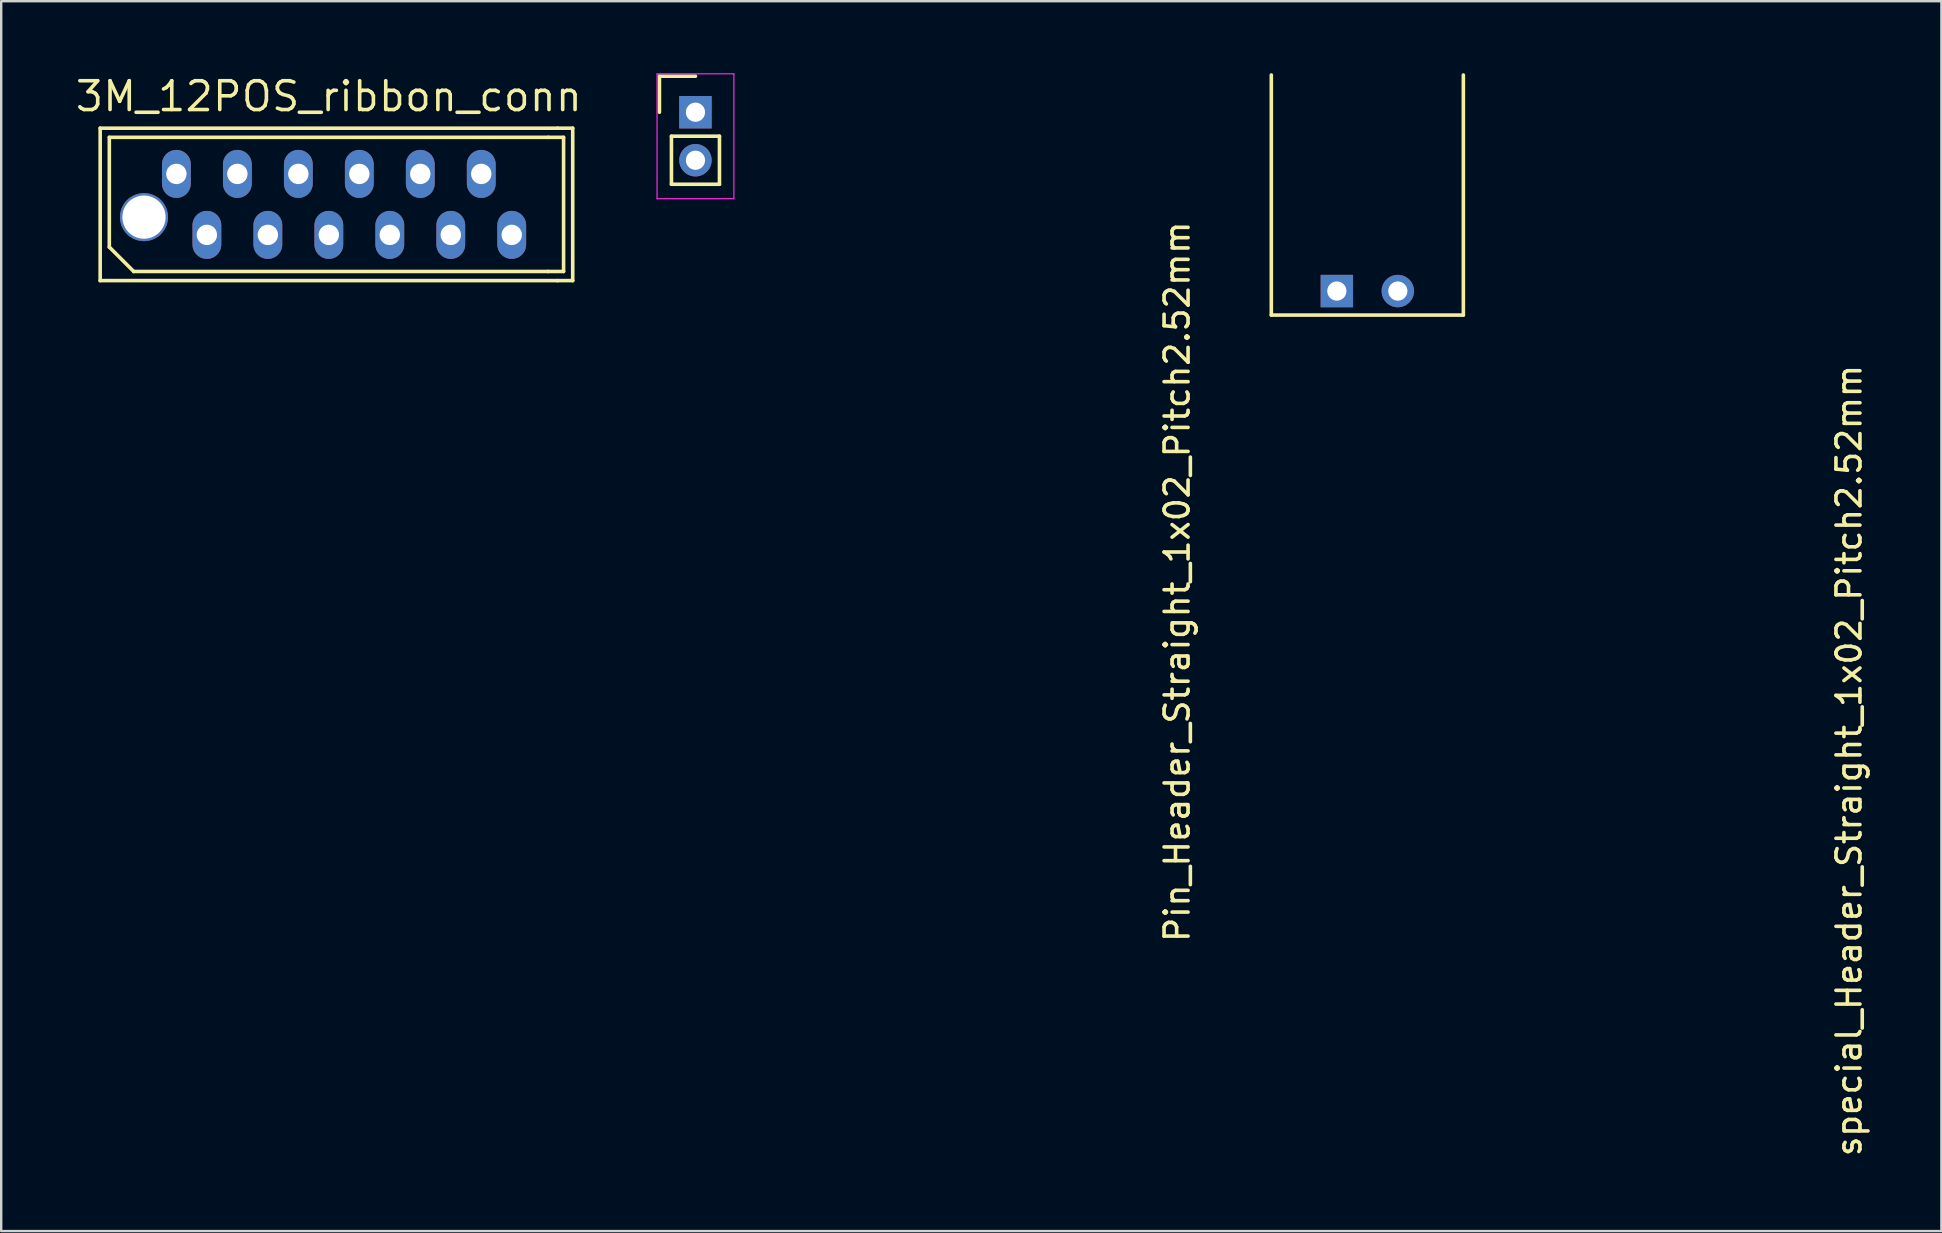
<source format=kicad_pcb>
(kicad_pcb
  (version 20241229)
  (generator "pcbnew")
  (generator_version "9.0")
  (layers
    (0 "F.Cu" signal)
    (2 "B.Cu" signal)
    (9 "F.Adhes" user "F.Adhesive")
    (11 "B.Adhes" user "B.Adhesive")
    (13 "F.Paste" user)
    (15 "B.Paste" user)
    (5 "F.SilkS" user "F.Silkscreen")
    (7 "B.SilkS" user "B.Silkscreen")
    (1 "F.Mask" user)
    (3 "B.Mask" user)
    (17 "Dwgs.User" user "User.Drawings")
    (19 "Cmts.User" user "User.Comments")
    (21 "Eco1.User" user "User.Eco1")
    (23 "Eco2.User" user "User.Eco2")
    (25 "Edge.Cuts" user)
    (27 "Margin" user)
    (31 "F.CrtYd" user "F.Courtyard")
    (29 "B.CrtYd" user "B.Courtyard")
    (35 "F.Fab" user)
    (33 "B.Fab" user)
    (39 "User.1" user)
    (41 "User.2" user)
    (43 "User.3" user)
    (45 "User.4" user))
  (footprint "Pin_Header_Straight_1x02_Pitch2.52mm"
    (layer "F.Cu")
    (at 25.921 1.625)
    (property "Reference" "Pin_Header_Straight_1x02_Pitch2.52mm" (at 20.066 19.558 90) (layer "F.SilkS") (effects (font (size 1 1) (thickness 0.15))))
    (attr through_hole)
    (fp_line (start -1.5 -1.5) (end 0 -1.5) (stroke (width 0.15) (type solid)) (layer "F.SilkS"))
    (fp_line (start -1.5 0) (end -1.5 -1.5) (stroke (width 0.15) (type solid)) (layer "F.SilkS"))
    (fp_line (start -1 1) (end 1 1) (stroke (width 0.15) (type solid)) (layer "F.SilkS"))
    (fp_line (start -1 3) (end -1 1) (stroke (width 0.15) (type solid)) (layer "F.SilkS"))
    (fp_line (start 1 1) (end 1 3) (stroke (width 0.15) (type solid)) (layer "F.SilkS"))
    (fp_line (start 1 3) (end -1 3) (stroke (width 0.15) (type solid)) (layer "F.SilkS"))
    (fp_line (start -1.6 -1.6) (end 1.6 -1.6) (stroke (width 0.05) (type solid)) (layer "F.CrtYd"))
    (fp_line (start -1.6 3.6) (end -1.6 -1.6) (stroke (width 0.05) (type solid)) (layer "F.CrtYd"))
    (fp_line (start 1.6 -1.6) (end 1.6 3.6) (stroke (width 0.05) (type solid)) (layer "F.CrtYd"))
    (fp_line (start 1.6 3.6) (end -1.6 3.6) (stroke (width 0.05) (type solid)) (layer "F.CrtYd"))
    (pad "1" thru_hole rect (at 0 0) (size 1.35 1.35) (drill 0.8) (layers "*.Cu" "*.Mask"))
    (pad "2" thru_hole circle (at 0 2) (size 1.35 1.35) (drill 0.8) (layers "*.Cu" "*.Mask")))
  (footprint "3M_12POS_ribbon_conn"
    (layer "F.Cu")
    (at 10.648 5.465)
    (property "Reference" "3M_12POS_ribbon_conn" (at 0 -4.5 0) (layer "F.SilkS") (effects (font (size 1.2 1.2) (thickness 0.15))))
    (attr through_hole)
    (fp_line (start -9.525 -3.175) (end -9.525 3.175) (stroke (width 0.15) (type solid)) (layer "F.SilkS"))
    (fp_line (start -9.525 -3.175) (end 9.525 -3.175) (stroke (width 0.15) (type solid)) (layer "F.SilkS"))
    (fp_line (start -9.525 3.175) (end 9.525 3.175) (stroke (width 0.15) (type solid)) (layer "F.SilkS"))
    (fp_line (start -9.144 -2.794) (end -9.144 1.778) (stroke (width 0.15) (type solid)) (layer "F.SilkS"))
    (fp_line (start -9.144 1.778) (end -8.128 2.794) (stroke (width 0.15) (type solid)) (layer "F.SilkS"))
    (fp_line (start -8.128 2.794) (end 9.144 2.794) (stroke (width 0.15) (type solid)) (layer "F.SilkS"))
    (fp_line (start 9.144 -2.794) (end -9.144 -2.794) (stroke (width 0.15) (type solid)) (layer "F.SilkS"))
    (fp_line (start 9.144 -2.794) (end 9.779 -2.794) (stroke (width 0.15) (type solid)) (layer "F.SilkS"))
    (fp_line (start 9.144 2.794) (end 9.779 2.794) (stroke (width 0.15) (type solid)) (layer "F.SilkS"))
    (fp_line (start 9.525 -3.175) (end 10.16 -3.175) (stroke (width 0.15) (type solid)) (layer "F.SilkS"))
    (fp_line (start 9.525 3.175) (end 10.16 3.175) (stroke (width 0.15) (type solid)) (layer "F.SilkS"))
    (fp_line (start 9.779 2.794) (end 9.779 -2.794) (stroke (width 0.15) (type solid)) (layer "F.SilkS"))
    (fp_line (start 10.16 3.175) (end 10.16 -3.175) (stroke (width 0.15) (type solid)) (layer "F.SilkS"))
    (pad "" np_thru_hole circle (at -7.7 0.53) (size 2 2) (drill 1.8) (layers "*.Cu" "*.Mask"))
    (pad "1" thru_hole oval (at -6.35 -1.27) (size 1.2 2) (drill 0.85) (layers "*.Cu" "*.Mask"))
    (pad "2" thru_hole oval (at -5.08 1.27) (size 1.2 2) (drill 0.85) (layers "*.Cu" "*.Mask"))
    (pad "3" thru_hole oval (at -3.81 -1.27) (size 1.2 2) (drill 0.85) (layers "*.Cu" "*.Mask"))
    (pad "4" thru_hole oval (at -2.54 1.27) (size 1.2 2) (drill 0.85) (layers "*.Cu" "*.Mask"))
    (pad "5" thru_hole oval (at -1.27 -1.27) (size 1.2 2) (drill 0.85) (layers "*.Cu" "*.Mask"))
    (pad "6" thru_hole oval (at 0 1.27) (size 1.2 2) (drill 0.85) (layers "*.Cu" "*.Mask"))
    (pad "7" thru_hole oval (at 1.27 -1.27) (size 1.2 2) (drill 0.85) (layers "*.Cu" "*.Mask"))
    (pad "8" thru_hole oval (at 2.54 1.27) (size 1.2 2) (drill 0.85) (layers "*.Cu" "*.Mask"))
    (pad "9" thru_hole oval (at 3.81 -1.27) (size 1.2 2) (drill 0.85) (layers "*.Cu" "*.Mask"))
    (pad "10" thru_hole oval (at 5.08 1.27) (size 1.2 2) (drill 0.85) (layers "*.Cu" "*.Mask"))
    (pad "11" thru_hole oval (at 6.35 -1.27) (size 1.2 2) (drill 0.85) (layers "*.Cu" "*.Mask"))
    (pad "12" thru_hole oval (at 7.62 1.27) (size 1.2 2) (drill 0.85) (layers "*.Cu" "*.Mask")))
  (footprint "special_Header_Straight_1x02_Pitch2.52mm"
    (layer "F.Cu")
    (at 53.91 9.075)
    (property "Reference" "special_Header_Straight_1x02_Pitch2.52mm" (at 20.066 19.558 90) (layer "F.SilkS") (effects (font (size 1 1) (thickness 0.15))))
    (attr through_hole)
    (fp_line (start -4 1) (end -4 -9) (stroke (width 0.15) (type solid)) (layer "F.SilkS"))
    (fp_line (start -4 1) (end 4 1) (stroke (width 0.15) (type solid)) (layer "F.SilkS"))
    (fp_line (start 4 1) (end 4 -9) (stroke (width 0.15) (type solid)) (layer "F.SilkS"))
    (pad "1" thru_hole circle (at 1.27 0) (size 1.35 1.35) (drill 0.8) (layers "*.Cu" "*.Mask"))
    (pad "2" thru_hole rect (at -1.27 0) (size 1.35 1.35) (drill 0.8) (layers "*.Cu" "*.Mask")))
  (gr_rect
    (start -3 -3)
    (end 77.824 48.234)
    (stroke (width 0.1) (type default))
    (fill no)
    (layer "Edge.Cuts")))
</source>
